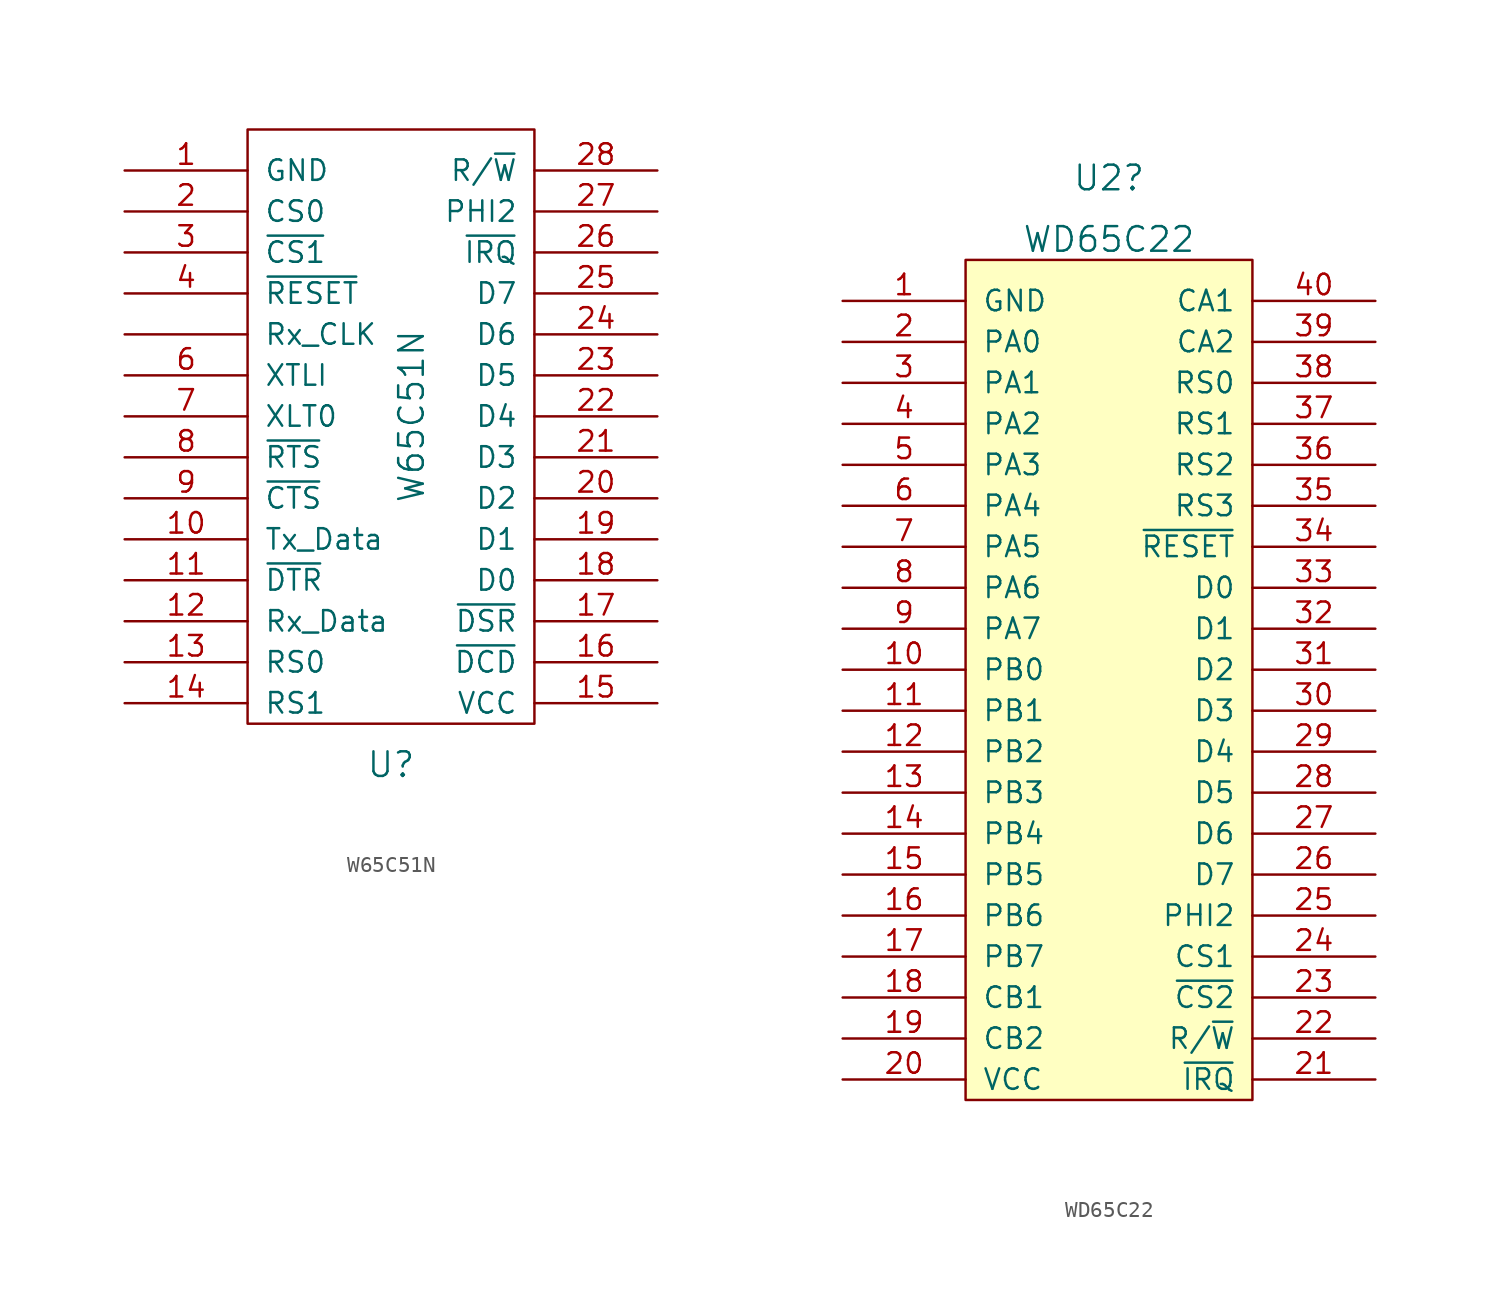
<source format=kicad_sym>
(kicad_symbol_lib
  (version 20211014)
  (generator kicad_symbol_editor)
  (symbol "W65C51N"
    (pin_names
      (offset 1.016))
    (property "Reference" "U"
      (at 0 -21.59 0)
      (effects (font (size 1.524 1.524))))
    (property "Value" "W65C51N"
      (at 1.27 0 90)
      (effects (font (size 1.524 1.524))))
    (property "Footprint" ""
      (at 0 -5.08 0)
      (effects (font (size 1.524 1.524))))
    (property "Datasheet" ""
      (at 0 -5.08 0)
      (effects (font (size 1.524 1.524))))
    (symbol "W65C51N_0_1"
      (rectangle (start -8.89 17.78) (end 8.89 -19.05) (stroke (width 0) (type default) (color 0 0 0 0)) (fill (type none))))
    (symbol "W65C51N_1_1"
      (pin input line (at -16.51 15.24 0) (length 7.62) (name "GND" (effects (font (size 1.27 1.27)))) (number "1" (effects (font (size 1.27 1.27)))))
      (pin input line (at -16.51 -7.62 0) (length 7.62) (name "Tx_Data" (effects (font (size 1.27 1.27)))) (number "10" (effects (font (size 1.27 1.27)))))
      (pin input line (at -16.51 -10.16 0) (length 7.62) (name "~{DTR}" (effects (font (size 1.27 1.27)))) (number "11" (effects (font (size 1.27 1.27)))))
      (pin input line (at -16.51 -12.7 0) (length 7.62) (name "Rx_Data" (effects (font (size 1.27 1.27)))) (number "12" (effects (font (size 1.27 1.27)))))
      (pin input line (at -16.51 -15.24 0) (length 7.62) (name "RS0" (effects (font (size 1.27 1.27)))) (number "13" (effects (font (size 1.27 1.27)))))
      (pin input line (at -16.51 -17.78 0) (length 7.62) (name "RS1" (effects (font (size 1.27 1.27)))) (number "14" (effects (font (size 1.27 1.27)))))
      (pin power_in line (at 16.51 -17.78 180) (length 7.62) (name "VCC" (effects (font (size 1.27 1.27)))) (number "15" (effects (font (size 1.27 1.27)))))
      (pin input line (at 16.51 -15.24 180) (length 7.62) (name "~{DCD}" (effects (font (size 1.27 1.27)))) (number "16" (effects (font (size 1.27 1.27)))))
      (pin input line (at 16.51 -12.7 180) (length 7.62) (name "~{DSR}" (effects (font (size 1.27 1.27)))) (number "17" (effects (font (size 1.27 1.27)))))
      (pin bidirectional line (at 16.51 -10.16 180) (length 7.62) (name "D0" (effects (font (size 1.27 1.27)))) (number "18" (effects (font (size 1.27 1.27)))))
      (pin bidirectional line (at 16.51 -7.62 180) (length 7.62) (name "D1" (effects (font (size 1.27 1.27)))) (number "19" (effects (font (size 1.27 1.27)))))
      (pin input line (at -16.51 12.7 0) (length 7.62) (name "CS0" (effects (font (size 1.27 1.27)))) (number "2" (effects (font (size 1.27 1.27)))))
      (pin bidirectional line (at 16.51 -5.08 180) (length 7.62) (name "D2" (effects (font (size 1.27 1.27)))) (number "20" (effects (font (size 1.27 1.27)))))
      (pin bidirectional line (at 16.51 -2.54 180) (length 7.62) (name "D3" (effects (font (size 1.27 1.27)))) (number "21" (effects (font (size 1.27 1.27)))))
      (pin bidirectional line (at 16.51 0 180) (length 7.62) (name "D4" (effects (font (size 1.27 1.27)))) (number "22" (effects (font (size 1.27 1.27)))))
      (pin bidirectional line (at 16.51 2.54 180) (length 7.62) (name "D5" (effects (font (size 1.27 1.27)))) (number "23" (effects (font (size 1.27 1.27)))))
      (pin bidirectional line (at 16.51 5.08 180) (length 7.62) (name "D6" (effects (font (size 1.27 1.27)))) (number "24" (effects (font (size 1.27 1.27)))))
      (pin bidirectional line (at 16.51 7.62 180) (length 7.62) (name "D7" (effects (font (size 1.27 1.27)))) (number "25" (effects (font (size 1.27 1.27)))))
      (pin output line (at 16.51 10.16 180) (length 7.62) (name "~{IRQ}" (effects (font (size 1.27 1.27)))) (number "26" (effects (font (size 1.27 1.27)))))
      (pin input line (at 16.51 12.7 180) (length 7.62) (name "PHI2" (effects (font (size 1.27 1.27)))) (number "27" (effects (font (size 1.27 1.27)))))
      (pin input line (at 16.51 15.24 180) (length 7.62) (name "R/~{W}" (effects (font (size 1.27 1.27)))) (number "28" (effects (font (size 1.27 1.27)))))
      (pin input line (at -16.51 10.16 0) (length 7.62) (name "~{CS1}" (effects (font (size 1.27 1.27)))) (number "3" (effects (font (size 1.27 1.27)))))
      (pin input line (at -16.51 7.62 0) (length 7.62) (name "~{RESET}" (effects (font (size 1.27 1.27)))) (number "4" (effects (font (size 1.27 1.27)))))
      (pin input line (at -16.51 2.54 0) (length 7.62) (name "XTLI" (effects (font (size 1.27 1.27)))) (number "6" (effects (font (size 1.27 1.27)))))
      (pin input line (at -16.51 0 0) (length 7.62) (name "XLT0" (effects (font (size 1.27 1.27)))) (number "7" (effects (font (size 1.27 1.27)))))
      (pin input line (at -16.51 -2.54 0) (length 7.62) (name "~{RTS}" (effects (font (size 1.27 1.27)))) (number "8" (effects (font (size 1.27 1.27)))))
      (pin input line (at -16.51 -5.08 0) (length 7.62) (name "~{CTS}" (effects (font (size 1.27 1.27)))) (number "9" (effects (font (size 1.27 1.27)))))
      (pin input line (at -16.51 5.08 0) (length 7.62) (name "Rx_CLK" (effects (font (size 1.27 1.27)))) (number "~" (effects (font (size 1.27 1.27)))))))
  (symbol "WD65C22"
    (pin_names
      (offset 1.016))
    (property "Reference" "U2"
      (at 0 30.48 0)
      (effects (font (size 1.524 1.524))))
    (property "Value" "WD65C22"
      (at 0 26.67 0)
      (effects (font (size 1.524 1.524))))
    (property "Footprint" ""
      (at -12.7 5.08 0)
      (effects (font (size 1.524 1.524))))
    (property "Datasheet" ""
      (at -12.7 5.08 0)
      (effects (font (size 1.524 1.524))))
    (symbol "WD65C22_0_1"
      (rectangle (start -8.89 25.4) (end 8.89 -26.67) (stroke (width 0) (type default) (color 0 0 0 0)) (fill (type background))))
    (symbol "WD65C22_1_1"
      (pin output line (at -16.51 22.86 0) (length 7.62) (name "GND" (effects (font (size 1.27 1.27)))) (number "1" (effects (font (size 1.27 1.27)))))
      (pin bidirectional line (at -16.51 0 0) (length 7.62) (name "PB0" (effects (font (size 1.27 1.27)))) (number "10" (effects (font (size 1.27 1.27)))))
      (pin bidirectional line (at -16.51 -2.54 0) (length 7.62) (name "PB1" (effects (font (size 1.27 1.27)))) (number "11" (effects (font (size 1.27 1.27)))))
      (pin bidirectional line (at -16.51 -5.08 0) (length 7.62) (name "PB2" (effects (font (size 1.27 1.27)))) (number "12" (effects (font (size 1.27 1.27)))))
      (pin bidirectional line (at -16.51 -7.62 0) (length 7.62) (name "PB3" (effects (font (size 1.27 1.27)))) (number "13" (effects (font (size 1.27 1.27)))))
      (pin bidirectional line (at -16.51 -10.16 0) (length 7.62) (name "PB4" (effects (font (size 1.27 1.27)))) (number "14" (effects (font (size 1.27 1.27)))))
      (pin bidirectional line (at -16.51 -12.7 0) (length 7.62) (name "PB5" (effects (font (size 1.27 1.27)))) (number "15" (effects (font (size 1.27 1.27)))))
      (pin bidirectional line (at -16.51 -15.24 0) (length 7.62) (name "PB6" (effects (font (size 1.27 1.27)))) (number "16" (effects (font (size 1.27 1.27)))))
      (pin bidirectional line (at -16.51 -17.78 0) (length 7.62) (name "PB7" (effects (font (size 1.27 1.27)))) (number "17" (effects (font (size 1.27 1.27)))))
      (pin bidirectional line (at -16.51 -20.32 0) (length 7.62) (name "CB1" (effects (font (size 1.27 1.27)))) (number "18" (effects (font (size 1.27 1.27)))))
      (pin output line (at -16.51 -22.86 0) (length 7.62) (name "CB2" (effects (font (size 1.27 1.27)))) (number "19" (effects (font (size 1.27 1.27)))))
      (pin bidirectional line (at -16.51 20.32 0) (length 7.62) (name "PA0" (effects (font (size 1.27 1.27)))) (number "2" (effects (font (size 1.27 1.27)))))
      (pin power_in line (at -16.51 -25.4 0) (length 7.62) (name "VCC" (effects (font (size 1.27 1.27)))) (number "20" (effects (font (size 1.27 1.27)))))
      (pin output line (at 16.51 -25.4 180) (length 7.62) (name "~{IRQ}" (effects (font (size 1.27 1.27)))) (number "21" (effects (font (size 1.27 1.27)))))
      (pin input line (at 16.51 -22.86 180) (length 7.62) (name "R/~{W}" (effects (font (size 1.27 1.27)))) (number "22" (effects (font (size 1.27 1.27)))))
      (pin input line (at 16.51 -20.32 180) (length 7.62) (name "~{CS2}" (effects (font (size 1.27 1.27)))) (number "23" (effects (font (size 1.27 1.27)))))
      (pin input line (at 16.51 -17.78 180) (length 7.62) (name "CS1" (effects (font (size 1.27 1.27)))) (number "24" (effects (font (size 1.27 1.27)))))
      (pin input line (at 16.51 -15.24 180) (length 7.62) (name "PHI2" (effects (font (size 1.27 1.27)))) (number "25" (effects (font (size 1.27 1.27)))))
      (pin tri_state line (at 16.51 -12.7 180) (length 7.62) (name "D7" (effects (font (size 1.27 1.27)))) (number "26" (effects (font (size 1.27 1.27)))))
      (pin tri_state line (at 16.51 -10.16 180) (length 7.62) (name "D6" (effects (font (size 1.27 1.27)))) (number "27" (effects (font (size 1.27 1.27)))))
      (pin tri_state line (at 16.51 -7.62 180) (length 7.62) (name "D5" (effects (font (size 1.27 1.27)))) (number "28" (effects (font (size 1.27 1.27)))))
      (pin tri_state line (at 16.51 -5.08 180) (length 7.62) (name "D4" (effects (font (size 1.27 1.27)))) (number "29" (effects (font (size 1.27 1.27)))))
      (pin bidirectional line (at -16.51 17.78 0) (length 7.62) (name "PA1" (effects (font (size 1.27 1.27)))) (number "3" (effects (font (size 1.27 1.27)))))
      (pin tri_state line (at 16.51 -2.54 180) (length 7.62) (name "D3" (effects (font (size 1.27 1.27)))) (number "30" (effects (font (size 1.27 1.27)))))
      (pin tri_state line (at 16.51 0 180) (length 7.62) (name "D2" (effects (font (size 1.27 1.27)))) (number "31" (effects (font (size 1.27 1.27)))))
      (pin tri_state line (at 16.51 2.54 180) (length 7.62) (name "D1" (effects (font (size 1.27 1.27)))) (number "32" (effects (font (size 1.27 1.27)))))
      (pin tri_state line (at 16.51 5.08 180) (length 7.62) (name "D0" (effects (font (size 1.27 1.27)))) (number "33" (effects (font (size 1.27 1.27)))))
      (pin input line (at 16.51 7.62 180) (length 7.62) (name "~{RESET}" (effects (font (size 1.27 1.27)))) (number "34" (effects (font (size 1.27 1.27)))))
      (pin input line (at 16.51 10.16 180) (length 7.62) (name "RS3" (effects (font (size 1.27 1.27)))) (number "35" (effects (font (size 1.27 1.27)))))
      (pin input line (at 16.51 12.7 180) (length 7.62) (name "RS2" (effects (font (size 1.27 1.27)))) (number "36" (effects (font (size 1.27 1.27)))))
      (pin input line (at 16.51 15.24 180) (length 7.62) (name "RS1" (effects (font (size 1.27 1.27)))) (number "37" (effects (font (size 1.27 1.27)))))
      (pin input line (at 16.51 17.78 180) (length 7.62) (name "RS0" (effects (font (size 1.27 1.27)))) (number "38" (effects (font (size 1.27 1.27)))))
      (pin bidirectional line (at 16.51 20.32 180) (length 7.62) (name "CA2" (effects (font (size 1.27 1.27)))) (number "39" (effects (font (size 1.27 1.27)))))
      (pin bidirectional line (at -16.51 15.24 0) (length 7.62) (name "PA2" (effects (font (size 1.27 1.27)))) (number "4" (effects (font (size 1.27 1.27)))))
      (pin bidirectional line (at 16.51 22.86 180) (length 7.62) (name "CA1" (effects (font (size 1.27 1.27)))) (number "40" (effects (font (size 1.27 1.27)))))
      (pin bidirectional line (at -16.51 12.7 0) (length 7.62) (name "PA3" (effects (font (size 1.27 1.27)))) (number "5" (effects (font (size 1.27 1.27)))))
      (pin bidirectional line (at -16.51 10.16 0) (length 7.62) (name "PA4" (effects (font (size 1.27 1.27)))) (number "6" (effects (font (size 1.27 1.27)))))
      (pin bidirectional line (at -16.51 7.62 0) (length 7.62) (name "PA5" (effects (font (size 1.27 1.27)))) (number "7" (effects (font (size 1.27 1.27)))))
      (pin bidirectional line (at -16.51 5.08 0) (length 7.62) (name "PA6" (effects (font (size 1.27 1.27)))) (number "8" (effects (font (size 1.27 1.27)))))
      (pin bidirectional line (at -16.51 2.54 0) (length 7.62) (name "PA7" (effects (font (size 1.27 1.27)))) (number "9" (effects (font (size 1.27 1.27))))))))
</source>
